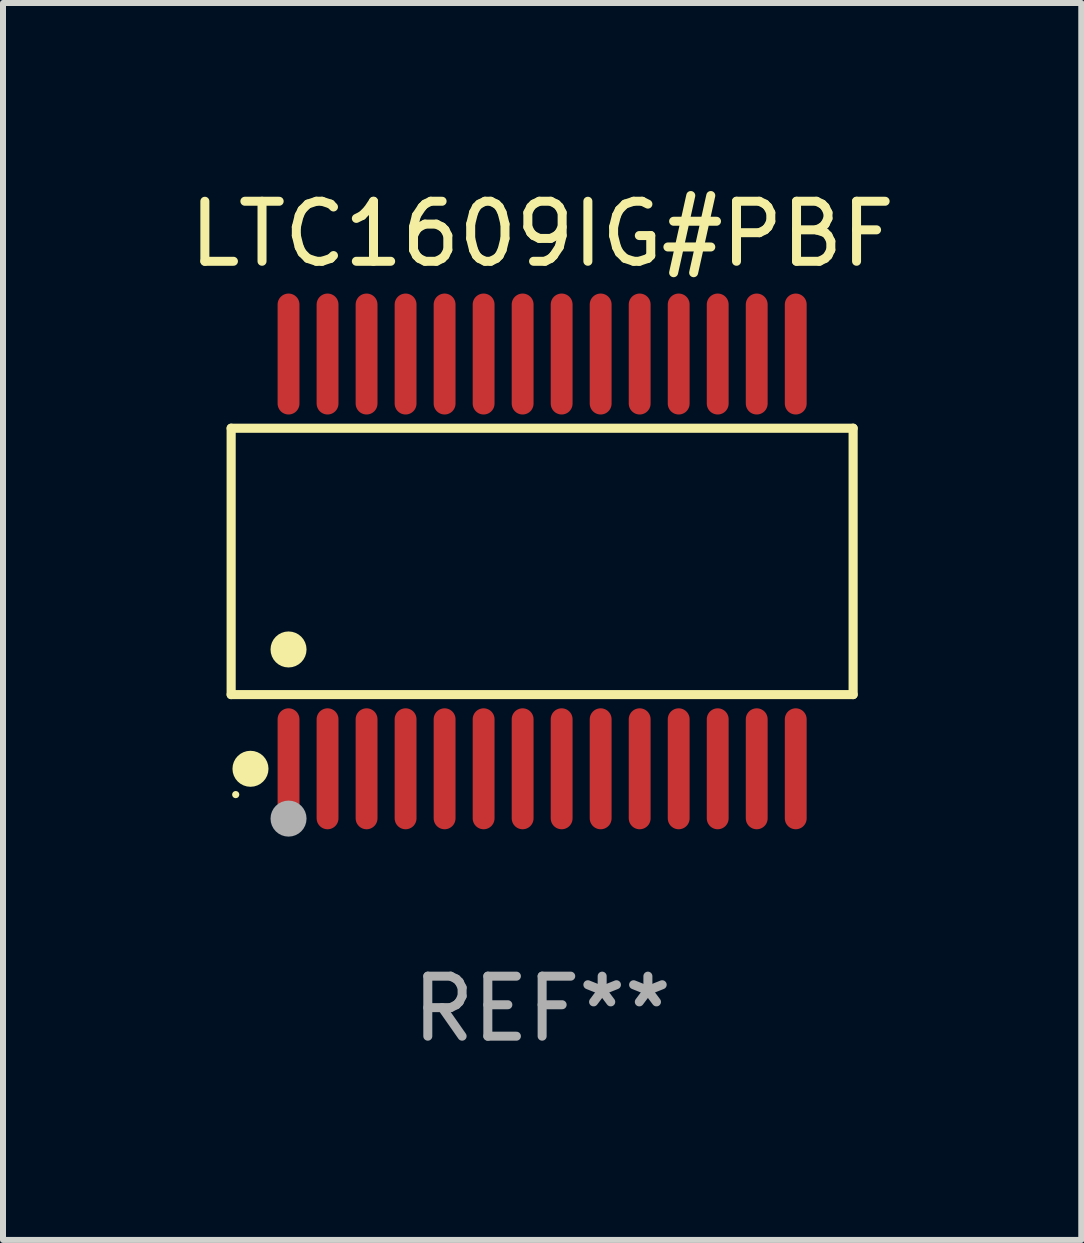
<source format=kicad_pcb>
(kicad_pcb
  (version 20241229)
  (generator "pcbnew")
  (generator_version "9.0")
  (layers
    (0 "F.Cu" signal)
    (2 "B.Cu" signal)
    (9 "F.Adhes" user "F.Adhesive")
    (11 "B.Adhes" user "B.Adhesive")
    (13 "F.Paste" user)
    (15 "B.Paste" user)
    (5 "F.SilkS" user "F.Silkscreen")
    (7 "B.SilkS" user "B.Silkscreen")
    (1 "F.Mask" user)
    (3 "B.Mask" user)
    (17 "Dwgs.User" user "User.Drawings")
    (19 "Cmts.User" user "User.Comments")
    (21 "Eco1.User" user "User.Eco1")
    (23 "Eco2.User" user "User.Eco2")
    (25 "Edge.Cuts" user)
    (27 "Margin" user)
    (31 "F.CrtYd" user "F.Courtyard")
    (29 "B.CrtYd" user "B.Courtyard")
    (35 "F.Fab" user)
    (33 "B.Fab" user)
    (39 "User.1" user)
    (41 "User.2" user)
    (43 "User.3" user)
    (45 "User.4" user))
  (footprint "LTC1609IG#PBF"
    (layer "F.Cu")
    (at 5.982 6.303)
    (property "Reference" "LTC1609IG#PBF" (at 0 -5.455 0) (layer "F.SilkS") (effects (font (size 1 1) (thickness 0.15))))
    (attr through_hole)
    (fp_line (start -5.181 -2.219) (end 5.181 -2.219) (stroke (width 0.152) (type solid)) (layer "F.SilkS"))
    (fp_line (start -5.181 2.219) (end -5.181 -2.219) (stroke (width 0.152) (type solid)) (layer "F.SilkS"))
    (fp_line (start 5.181 -2.219) (end 5.181 2.219) (stroke (width 0.152) (type solid)) (layer "F.SilkS"))
    (fp_line (start 5.181 2.219) (end -5.181 2.219) (stroke (width 0.152) (type solid)) (layer "F.SilkS"))
    (fp_circle (center -5.105 3.885) (end -5.075 3.885) (stroke (width 0.06) (type solid)) (fill no) (layer "F.SilkS"))
    (fp_circle (center -4.859 3.455) (end -4.709 3.455) (stroke (width 0.3) (type solid)) (fill no) (layer "F.SilkS"))
    (fp_circle (center -4.225 1.467) (end -4.075 1.467) (stroke (width 0.3) (type solid)) (fill no) (layer "F.SilkS"))
    (fp_circle (center -4.225 4.285) (end -4.075 4.285) (stroke (width 0.3) (type solid)) (fill no) (layer "F.Fab"))
    (fp_text user "REF**" (at 0 7.455 0) (layer "F.Fab") (effects (font (size 1 1) (thickness 0.15))))
    (pad "1" smd oval (at -4.225 3.455) (size 0.364 2.015) (layers "F.Cu" "F.Mask" "F.Paste"))
    (pad "2" smd oval (at -3.575 3.455) (size 0.364 2.015) (layers "F.Cu" "F.Mask" "F.Paste"))
    (pad "3" smd oval (at -2.925 3.455) (size 0.364 2.015) (layers "F.Cu" "F.Mask" "F.Paste"))
    (pad "4" smd oval (at -2.275 3.455) (size 0.364 2.015) (layers "F.Cu" "F.Mask" "F.Paste"))
    (pad "5" smd oval (at -1.625 3.455) (size 0.364 2.015) (layers "F.Cu" "F.Mask" "F.Paste"))
    (pad "6" smd oval (at -0.975 3.455) (size 0.364 2.015) (layers "F.Cu" "F.Mask" "F.Paste"))
    (pad "7" smd oval (at -0.325 3.455) (size 0.364 2.015) (layers "F.Cu" "F.Mask" "F.Paste"))
    (pad "8" smd oval (at 0.325 3.455) (size 0.364 2.015) (layers "F.Cu" "F.Mask" "F.Paste"))
    (pad "9" smd oval (at 0.975 3.455) (size 0.364 2.015) (layers "F.Cu" "F.Mask" "F.Paste"))
    (pad "10" smd oval (at 1.625 3.455) (size 0.364 2.015) (layers "F.Cu" "F.Mask" "F.Paste"))
    (pad "11" smd oval (at 2.275 3.455) (size 0.364 2.015) (layers "F.Cu" "F.Mask" "F.Paste"))
    (pad "12" smd oval (at 2.925 3.455) (size 0.364 2.015) (layers "F.Cu" "F.Mask" "F.Paste"))
    (pad "13" smd oval (at 3.575 3.455) (size 0.364 2.015) (layers "F.Cu" "F.Mask" "F.Paste"))
    (pad "14" smd oval (at 4.225 3.455) (size 0.364 2.015) (layers "F.Cu" "F.Mask" "F.Paste"))
    (pad "15" smd oval (at 4.225 -3.455) (size 0.364 2.015) (layers "F.Cu" "F.Mask" "F.Paste"))
    (pad "16" smd oval (at 3.575 -3.455) (size 0.364 2.015) (layers "F.Cu" "F.Mask" "F.Paste"))
    (pad "17" smd oval (at 2.925 -3.455) (size 0.364 2.015) (layers "F.Cu" "F.Mask" "F.Paste"))
    (pad "18" smd oval (at 2.275 -3.455) (size 0.364 2.015) (layers "F.Cu" "F.Mask" "F.Paste"))
    (pad "19" smd oval (at 1.625 -3.455) (size 0.364 2.015) (layers "F.Cu" "F.Mask" "F.Paste"))
    (pad "20" smd oval (at 0.975 -3.455) (size 0.364 2.015) (layers "F.Cu" "F.Mask" "F.Paste"))
    (pad "21" smd oval (at 0.325 -3.455) (size 0.364 2.015) (layers "F.Cu" "F.Mask" "F.Paste"))
    (pad "22" smd oval (at -0.325 -3.455) (size 0.364 2.015) (layers "F.Cu" "F.Mask" "F.Paste"))
    (pad "23" smd oval (at -0.975 -3.455) (size 0.364 2.015) (layers "F.Cu" "F.Mask" "F.Paste"))
    (pad "24" smd oval (at -1.625 -3.455) (size 0.364 2.015) (layers "F.Cu" "F.Mask" "F.Paste"))
    (pad "25" smd oval (at -2.275 -3.455) (size 0.364 2.015) (layers "F.Cu" "F.Mask" "F.Paste"))
    (pad "26" smd oval (at -2.925 -3.455) (size 0.364 2.015) (layers "F.Cu" "F.Mask" "F.Paste"))
    (pad "27" smd oval (at -3.575 -3.455) (size 0.364 2.015) (layers "F.Cu" "F.Mask" "F.Paste"))
    (pad "28" smd oval (at -4.225 -3.455) (size 0.364 2.015) (layers "F.Cu" "F.Mask" "F.Paste")))
  (gr_rect
    (start -3 -3)
    (end 14.964 17.607)
    (stroke (width 0.1) (type default))
    (fill no)
    (layer "Edge.Cuts")))
</source>
